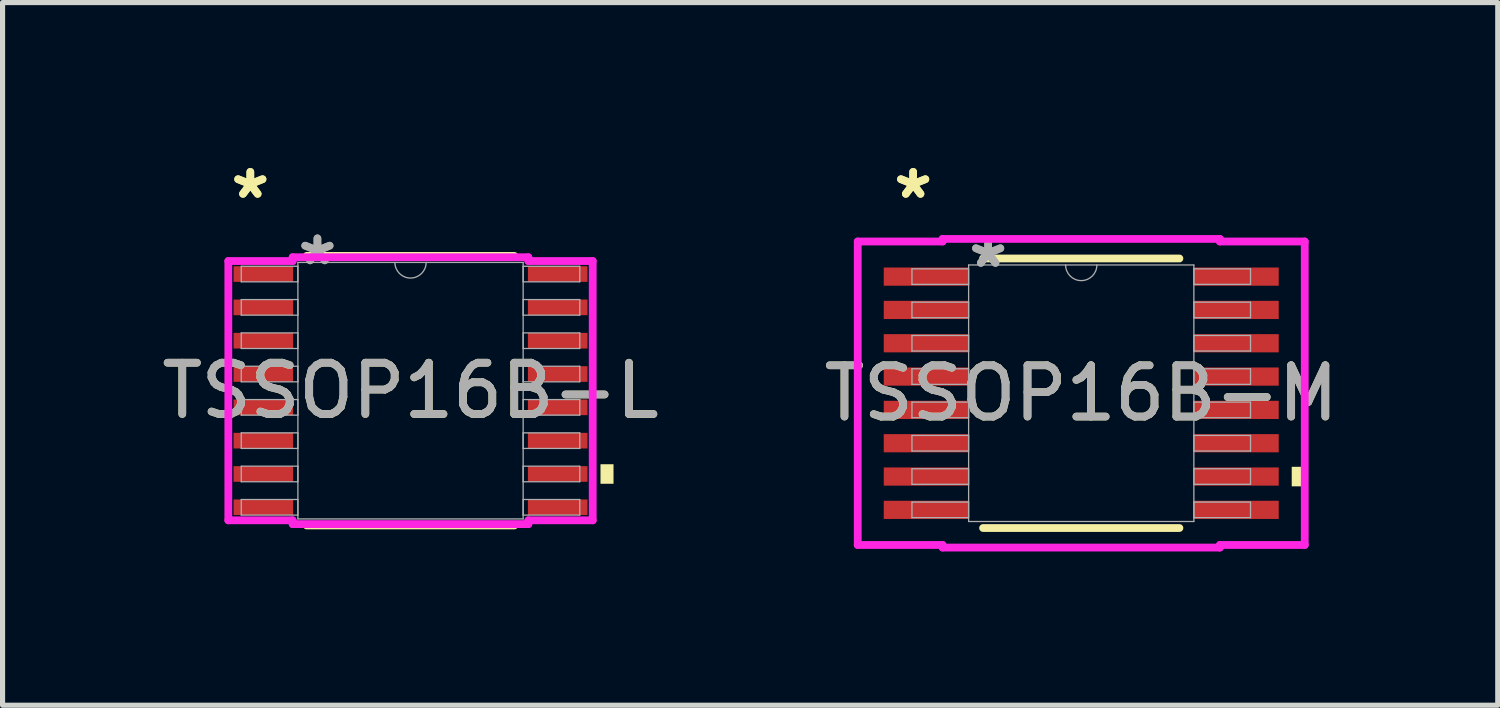
<source format=kicad_pcb>
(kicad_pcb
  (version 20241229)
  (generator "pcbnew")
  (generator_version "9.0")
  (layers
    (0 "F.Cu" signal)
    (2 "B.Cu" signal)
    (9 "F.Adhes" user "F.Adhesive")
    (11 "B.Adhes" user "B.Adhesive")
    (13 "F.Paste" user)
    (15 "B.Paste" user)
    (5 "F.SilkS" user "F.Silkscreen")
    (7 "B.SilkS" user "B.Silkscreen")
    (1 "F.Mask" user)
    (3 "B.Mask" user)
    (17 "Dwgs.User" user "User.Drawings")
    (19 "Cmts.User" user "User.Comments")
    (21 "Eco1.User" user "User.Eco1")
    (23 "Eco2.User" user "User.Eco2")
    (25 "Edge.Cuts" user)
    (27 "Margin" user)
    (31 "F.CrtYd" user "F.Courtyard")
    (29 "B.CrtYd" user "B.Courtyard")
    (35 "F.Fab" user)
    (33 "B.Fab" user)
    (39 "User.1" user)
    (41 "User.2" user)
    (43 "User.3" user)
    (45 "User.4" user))
  (footprint "TSSOP16B-M"
    (layer "F.Cu")
    (at 18.042 4.621)
    (property "Reference" "TSSOP16B-M" (at 0 0 0) (unlocked yes) (layer "F.SilkS") (effects (font (size 1 1) (thickness 0.15))))
    (attr smd)
    (fp_line (start -1.915 2.629) (end 1.915 2.629) (stroke (width 0.152) (type solid)) (layer "F.SilkS"))
    (fp_line (start 1.915 -2.629) (end -1.915 -2.629) (stroke (width 0.152) (type solid)) (layer "F.SilkS"))
    (fp_poly (pts (xy 4.36 1.435) (xy 4.36 1.816) (xy 4.106 1.816) (xy 4.106 1.435)) (stroke (width 0) (type solid)) (fill yes) (layer "F.SilkS"))
    (fp_line (start -4.36 -2.96) (end -2.705 -2.96) (stroke (width 0.152) (type solid)) (layer "F.CrtYd"))
    (fp_line (start -4.36 2.96) (end -4.36 -2.96) (stroke (width 0.152) (type solid)) (layer "F.CrtYd"))
    (fp_line (start -4.36 2.96) (end -2.705 2.96) (stroke (width 0.152) (type solid)) (layer "F.CrtYd"))
    (fp_line (start -2.705 -3.01) (end 2.705 -3.01) (stroke (width 0.152) (type solid)) (layer "F.CrtYd"))
    (fp_line (start -2.705 -2.96) (end -2.705 -3.01) (stroke (width 0.152) (type solid)) (layer "F.CrtYd"))
    (fp_line (start -2.705 3.01) (end -2.705 2.96) (stroke (width 0.152) (type solid)) (layer "F.CrtYd"))
    (fp_line (start 2.705 -3.01) (end 2.705 -2.96) (stroke (width 0.152) (type solid)) (layer "F.CrtYd"))
    (fp_line (start 2.705 2.96) (end 2.705 3.01) (stroke (width 0.152) (type solid)) (layer "F.CrtYd"))
    (fp_line (start 2.705 3.01) (end -2.705 3.01) (stroke (width 0.152) (type solid)) (layer "F.CrtYd"))
    (fp_line (start 4.36 -2.96) (end 2.705 -2.96) (stroke (width 0.152) (type solid)) (layer "F.CrtYd"))
    (fp_line (start 4.36 -2.96) (end 4.36 2.96) (stroke (width 0.152) (type solid)) (layer "F.CrtYd"))
    (fp_line (start 4.36 2.96) (end 2.705 2.96) (stroke (width 0.152) (type solid)) (layer "F.CrtYd"))
    (fp_line (start -3.302 -2.427) (end -3.302 -2.123) (stroke (width 0.025) (type solid)) (layer "F.Fab"))
    (fp_line (start -3.302 -2.123) (end -2.197 -2.123) (stroke (width 0.025) (type solid)) (layer "F.Fab"))
    (fp_line (start -3.302 -1.777) (end -3.302 -1.473) (stroke (width 0.025) (type solid)) (layer "F.Fab"))
    (fp_line (start -3.302 -1.473) (end -2.197 -1.473) (stroke (width 0.025) (type solid)) (layer "F.Fab"))
    (fp_line (start -3.302 -1.127) (end -3.302 -0.823) (stroke (width 0.025) (type solid)) (layer "F.Fab"))
    (fp_line (start -3.302 -0.823) (end -2.197 -0.823) (stroke (width 0.025) (type solid)) (layer "F.Fab"))
    (fp_line (start -3.302 -0.477) (end -3.302 -0.173) (stroke (width 0.025) (type solid)) (layer "F.Fab"))
    (fp_line (start -3.302 -0.173) (end -2.197 -0.173) (stroke (width 0.025) (type solid)) (layer "F.Fab"))
    (fp_line (start -3.302 0.173) (end -3.302 0.477) (stroke (width 0.025) (type solid)) (layer "F.Fab"))
    (fp_line (start -3.302 0.477) (end -2.197 0.477) (stroke (width 0.025) (type solid)) (layer "F.Fab"))
    (fp_line (start -3.302 0.823) (end -3.302 1.127) (stroke (width 0.025) (type solid)) (layer "F.Fab"))
    (fp_line (start -3.302 1.127) (end -2.197 1.127) (stroke (width 0.025) (type solid)) (layer "F.Fab"))
    (fp_line (start -3.302 1.473) (end -3.302 1.777) (stroke (width 0.025) (type solid)) (layer "F.Fab"))
    (fp_line (start -3.302 1.777) (end -2.197 1.777) (stroke (width 0.025) (type solid)) (layer "F.Fab"))
    (fp_line (start -3.302 2.123) (end -3.302 2.427) (stroke (width 0.025) (type solid)) (layer "F.Fab"))
    (fp_line (start -3.302 2.427) (end -2.197 2.427) (stroke (width 0.025) (type solid)) (layer "F.Fab"))
    (fp_line (start -2.197 -2.502) (end -2.197 2.502) (stroke (width 0.025) (type solid)) (layer "F.Fab"))
    (fp_line (start -2.197 -2.427) (end -3.302 -2.427) (stroke (width 0.025) (type solid)) (layer "F.Fab"))
    (fp_line (start -2.197 -2.123) (end -2.197 -2.427) (stroke (width 0.025) (type solid)) (layer "F.Fab"))
    (fp_line (start -2.197 -1.777) (end -3.302 -1.777) (stroke (width 0.025) (type solid)) (layer "F.Fab"))
    (fp_line (start -2.197 -1.473) (end -2.197 -1.777) (stroke (width 0.025) (type solid)) (layer "F.Fab"))
    (fp_line (start -2.197 -1.127) (end -3.302 -1.127) (stroke (width 0.025) (type solid)) (layer "F.Fab"))
    (fp_line (start -2.197 -0.823) (end -2.197 -1.127) (stroke (width 0.025) (type solid)) (layer "F.Fab"))
    (fp_line (start -2.197 -0.477) (end -3.302 -0.477) (stroke (width 0.025) (type solid)) (layer "F.Fab"))
    (fp_line (start -2.197 -0.173) (end -2.197 -0.477) (stroke (width 0.025) (type solid)) (layer "F.Fab"))
    (fp_line (start -2.197 0.173) (end -3.302 0.173) (stroke (width 0.025) (type solid)) (layer "F.Fab"))
    (fp_line (start -2.197 0.477) (end -2.197 0.173) (stroke (width 0.025) (type solid)) (layer "F.Fab"))
    (fp_line (start -2.197 0.823) (end -3.302 0.823) (stroke (width 0.025) (type solid)) (layer "F.Fab"))
    (fp_line (start -2.197 1.127) (end -2.197 0.823) (stroke (width 0.025) (type solid)) (layer "F.Fab"))
    (fp_line (start -2.197 1.473) (end -3.302 1.473) (stroke (width 0.025) (type solid)) (layer "F.Fab"))
    (fp_line (start -2.197 1.777) (end -2.197 1.473) (stroke (width 0.025) (type solid)) (layer "F.Fab"))
    (fp_line (start -2.197 2.123) (end -3.302 2.123) (stroke (width 0.025) (type solid)) (layer "F.Fab"))
    (fp_line (start -2.197 2.427) (end -2.197 2.123) (stroke (width 0.025) (type solid)) (layer "F.Fab"))
    (fp_line (start -2.197 2.502) (end 2.197 2.502) (stroke (width 0.025) (type solid)) (layer "F.Fab"))
    (fp_line (start 2.197 -2.502) (end -2.197 -2.502) (stroke (width 0.025) (type solid)) (layer "F.Fab"))
    (fp_line (start 2.197 -2.427) (end 2.197 -2.123) (stroke (width 0.025) (type solid)) (layer "F.Fab"))
    (fp_line (start 2.197 -2.123) (end 3.302 -2.123) (stroke (width 0.025) (type solid)) (layer "F.Fab"))
    (fp_line (start 2.197 -1.777) (end 2.197 -1.473) (stroke (width 0.025) (type solid)) (layer "F.Fab"))
    (fp_line (start 2.197 -1.473) (end 3.302 -1.473) (stroke (width 0.025) (type solid)) (layer "F.Fab"))
    (fp_line (start 2.197 -1.127) (end 2.197 -0.823) (stroke (width 0.025) (type solid)) (layer "F.Fab"))
    (fp_line (start 2.197 -0.823) (end 3.302 -0.823) (stroke (width 0.025) (type solid)) (layer "F.Fab"))
    (fp_line (start 2.197 -0.477) (end 2.197 -0.173) (stroke (width 0.025) (type solid)) (layer "F.Fab"))
    (fp_line (start 2.197 -0.173) (end 3.302 -0.173) (stroke (width 0.025) (type solid)) (layer "F.Fab"))
    (fp_line (start 2.197 0.173) (end 2.197 0.477) (stroke (width 0.025) (type solid)) (layer "F.Fab"))
    (fp_line (start 2.197 0.477) (end 3.302 0.477) (stroke (width 0.025) (type solid)) (layer "F.Fab"))
    (fp_line (start 2.197 0.823) (end 2.197 1.127) (stroke (width 0.025) (type solid)) (layer "F.Fab"))
    (fp_line (start 2.197 1.127) (end 3.302 1.127) (stroke (width 0.025) (type solid)) (layer "F.Fab"))
    (fp_line (start 2.197 1.473) (end 2.197 1.777) (stroke (width 0.025) (type solid)) (layer "F.Fab"))
    (fp_line (start 2.197 1.777) (end 3.302 1.777) (stroke (width 0.025) (type solid)) (layer "F.Fab"))
    (fp_line (start 2.197 2.123) (end 2.197 2.427) (stroke (width 0.025) (type solid)) (layer "F.Fab"))
    (fp_line (start 2.197 2.427) (end 3.302 2.427) (stroke (width 0.025) (type solid)) (layer "F.Fab"))
    (fp_line (start 2.197 2.502) (end 2.197 -2.502) (stroke (width 0.025) (type solid)) (layer "F.Fab"))
    (fp_line (start 3.302 -2.427) (end 2.197 -2.427) (stroke (width 0.025) (type solid)) (layer "F.Fab"))
    (fp_line (start 3.302 -2.123) (end 3.302 -2.427) (stroke (width 0.025) (type solid)) (layer "F.Fab"))
    (fp_line (start 3.302 -1.777) (end 2.197 -1.777) (stroke (width 0.025) (type solid)) (layer "F.Fab"))
    (fp_line (start 3.302 -1.473) (end 3.302 -1.777) (stroke (width 0.025) (type solid)) (layer "F.Fab"))
    (fp_line (start 3.302 -1.127) (end 2.197 -1.127) (stroke (width 0.025) (type solid)) (layer "F.Fab"))
    (fp_line (start 3.302 -0.823) (end 3.302 -1.127) (stroke (width 0.025) (type solid)) (layer "F.Fab"))
    (fp_line (start 3.302 -0.477) (end 2.197 -0.477) (stroke (width 0.025) (type solid)) (layer "F.Fab"))
    (fp_line (start 3.302 -0.173) (end 3.302 -0.477) (stroke (width 0.025) (type solid)) (layer "F.Fab"))
    (fp_line (start 3.302 0.173) (end 2.197 0.173) (stroke (width 0.025) (type solid)) (layer "F.Fab"))
    (fp_line (start 3.302 0.477) (end 3.302 0.173) (stroke (width 0.025) (type solid)) (layer "F.Fab"))
    (fp_line (start 3.302 0.823) (end 2.197 0.823) (stroke (width 0.025) (type solid)) (layer "F.Fab"))
    (fp_line (start 3.302 1.127) (end 3.302 0.823) (stroke (width 0.025) (type solid)) (layer "F.Fab"))
    (fp_line (start 3.302 1.473) (end 2.197 1.473) (stroke (width 0.025) (type solid)) (layer "F.Fab"))
    (fp_line (start 3.302 1.777) (end 3.302 1.473) (stroke (width 0.025) (type solid)) (layer "F.Fab"))
    (fp_line (start 3.302 2.123) (end 2.197 2.123) (stroke (width 0.025) (type solid)) (layer "F.Fab"))
    (fp_line (start 3.302 2.427) (end 3.302 2.123) (stroke (width 0.025) (type solid)) (layer "F.Fab"))
    (fp_arc (start 0.3048 -2.5019) (mid 0 -2.1971) (end -0.3048 -2.5019) (stroke (width 0.0254) (type solid)) (layer "F.Fab"))
    (fp_text user "*" (at -3.279 -3.773 0) (layer "F.SilkS") (effects (font (size 1 1) (thickness 0.15))))
    (fp_text user "*" (at -3.279 -3.773 0) (unlocked yes) (layer "F.SilkS") (effects (font (size 1 1) (thickness 0.15))))
    (fp_text user "${REFERENCE}" (at 0 0 0) (unlocked yes) (layer "F.Fab") (effects (font (size 1 1) (thickness 0.15))))
    (fp_text user "*" (at -1.816 -2.426 0) (layer "F.Fab") (effects (font (size 1 1) (thickness 0.15))))
    (fp_text user "*" (at -1.816 -2.426 0) (unlocked yes) (layer "F.Fab") (effects (font (size 1 1) (thickness 0.15))))
    (pad "1" smd rect (at -3.025 -2.275) (size 1.655 0.355) (layers "F.Cu" "F.Mask" "F.Paste"))
    (pad "2" smd rect (at -3.025 -1.625) (size 1.655 0.355) (layers "F.Cu" "F.Mask" "F.Paste"))
    (pad "3" smd rect (at -3.025 -0.975) (size 1.655 0.355) (layers "F.Cu" "F.Mask" "F.Paste"))
    (pad "4" smd rect (at -3.025 -0.325) (size 1.655 0.355) (layers "F.Cu" "F.Mask" "F.Paste"))
    (pad "5" smd rect (at -3.025 0.325) (size 1.655 0.355) (layers "F.Cu" "F.Mask" "F.Paste"))
    (pad "6" smd rect (at -3.025 0.975) (size 1.655 0.355) (layers "F.Cu" "F.Mask" "F.Paste"))
    (pad "7" smd rect (at -3.025 1.625) (size 1.655 0.355) (layers "F.Cu" "F.Mask" "F.Paste"))
    (pad "8" smd rect (at -3.025 2.275) (size 1.655 0.355) (layers "F.Cu" "F.Mask" "F.Paste"))
    (pad "9" smd rect (at 3.025 2.275) (size 1.655 0.355) (layers "F.Cu" "F.Mask" "F.Paste"))
    (pad "10" smd rect (at 3.025 1.625) (size 1.655 0.355) (layers "F.Cu" "F.Mask" "F.Paste"))
    (pad "11" smd rect (at 3.025 0.975) (size 1.655 0.355) (layers "F.Cu" "F.Mask" "F.Paste"))
    (pad "12" smd rect (at 3.025 0.325) (size 1.655 0.355) (layers "F.Cu" "F.Mask" "F.Paste"))
    (pad "13" smd rect (at 3.025 -0.325) (size 1.655 0.355) (layers "F.Cu" "F.Mask" "F.Paste"))
    (pad "14" smd rect (at 3.025 -0.975) (size 1.655 0.355) (layers "F.Cu" "F.Mask" "F.Paste"))
    (pad "15" smd rect (at 3.025 -1.625) (size 1.655 0.355) (layers "F.Cu" "F.Mask" "F.Paste"))
    (pad "16" smd rect (at 3.025 -2.275) (size 1.655 0.355) (layers "F.Cu" "F.Mask" "F.Paste")))
  (footprint "TSSOP16B-L"
    (layer "F.Cu")
    (at 4.958 4.571)
    (property "Reference" "TSSOP16B-L" (at 0 0 0) (unlocked yes) (layer "F.SilkS") (effects (font (size 1 1) (thickness 0.15))))
    (attr smd)
    (fp_line (start -2.025 2.629) (end 2.025 2.629) (stroke (width 0.152) (type solid)) (layer "F.SilkS"))
    (fp_line (start 2.025 -2.629) (end -2.025 -2.629) (stroke (width 0.152) (type solid)) (layer "F.SilkS"))
    (fp_poly (pts (xy 3.96 1.435) (xy 3.96 1.816) (xy 3.706 1.816) (xy 3.706 1.435)) (stroke (width 0) (type solid)) (fill yes) (layer "F.SilkS"))
    (fp_line (start -3.554 -2.529) (end -2.299 -2.529) (stroke (width 0.152) (type solid)) (layer "F.CrtYd"))
    (fp_line (start -3.554 2.529) (end -3.554 -2.529) (stroke (width 0.152) (type solid)) (layer "F.CrtYd"))
    (fp_line (start -3.554 2.529) (end -2.299 2.529) (stroke (width 0.152) (type solid)) (layer "F.CrtYd"))
    (fp_line (start -2.299 -2.603) (end 2.299 -2.603) (stroke (width 0.152) (type solid)) (layer "F.CrtYd"))
    (fp_line (start -2.299 -2.529) (end -2.299 -2.603) (stroke (width 0.152) (type solid)) (layer "F.CrtYd"))
    (fp_line (start -2.299 2.603) (end -2.299 2.529) (stroke (width 0.152) (type solid)) (layer "F.CrtYd"))
    (fp_line (start 2.299 -2.603) (end 2.299 -2.529) (stroke (width 0.152) (type solid)) (layer "F.CrtYd"))
    (fp_line (start 2.299 2.529) (end 2.299 2.603) (stroke (width 0.152) (type solid)) (layer "F.CrtYd"))
    (fp_line (start 2.299 2.603) (end -2.299 2.603) (stroke (width 0.152) (type solid)) (layer "F.CrtYd"))
    (fp_line (start 3.554 -2.529) (end 2.299 -2.529) (stroke (width 0.152) (type solid)) (layer "F.CrtYd"))
    (fp_line (start 3.554 -2.529) (end 3.554 2.529) (stroke (width 0.152) (type solid)) (layer "F.CrtYd"))
    (fp_line (start 3.554 2.529) (end 2.299 2.529) (stroke (width 0.152) (type solid)) (layer "F.CrtYd"))
    (fp_line (start -3.302 -2.427) (end -3.302 -2.123) (stroke (width 0.025) (type solid)) (layer "F.Fab"))
    (fp_line (start -3.302 -2.123) (end -2.197 -2.123) (stroke (width 0.025) (type solid)) (layer "F.Fab"))
    (fp_line (start -3.302 -1.777) (end -3.302 -1.473) (stroke (width 0.025) (type solid)) (layer "F.Fab"))
    (fp_line (start -3.302 -1.473) (end -2.197 -1.473) (stroke (width 0.025) (type solid)) (layer "F.Fab"))
    (fp_line (start -3.302 -1.127) (end -3.302 -0.823) (stroke (width 0.025) (type solid)) (layer "F.Fab"))
    (fp_line (start -3.302 -0.823) (end -2.197 -0.823) (stroke (width 0.025) (type solid)) (layer "F.Fab"))
    (fp_line (start -3.302 -0.477) (end -3.302 -0.173) (stroke (width 0.025) (type solid)) (layer "F.Fab"))
    (fp_line (start -3.302 -0.173) (end -2.197 -0.173) (stroke (width 0.025) (type solid)) (layer "F.Fab"))
    (fp_line (start -3.302 0.173) (end -3.302 0.477) (stroke (width 0.025) (type solid)) (layer "F.Fab"))
    (fp_line (start -3.302 0.477) (end -2.197 0.477) (stroke (width 0.025) (type solid)) (layer "F.Fab"))
    (fp_line (start -3.302 0.823) (end -3.302 1.127) (stroke (width 0.025) (type solid)) (layer "F.Fab"))
    (fp_line (start -3.302 1.127) (end -2.197 1.127) (stroke (width 0.025) (type solid)) (layer "F.Fab"))
    (fp_line (start -3.302 1.473) (end -3.302 1.777) (stroke (width 0.025) (type solid)) (layer "F.Fab"))
    (fp_line (start -3.302 1.777) (end -2.197 1.777) (stroke (width 0.025) (type solid)) (layer "F.Fab"))
    (fp_line (start -3.302 2.123) (end -3.302 2.427) (stroke (width 0.025) (type solid)) (layer "F.Fab"))
    (fp_line (start -3.302 2.427) (end -2.197 2.427) (stroke (width 0.025) (type solid)) (layer "F.Fab"))
    (fp_line (start -2.197 -2.502) (end -2.197 2.502) (stroke (width 0.025) (type solid)) (layer "F.Fab"))
    (fp_line (start -2.197 -2.427) (end -3.302 -2.427) (stroke (width 0.025) (type solid)) (layer "F.Fab"))
    (fp_line (start -2.197 -2.123) (end -2.197 -2.427) (stroke (width 0.025) (type solid)) (layer "F.Fab"))
    (fp_line (start -2.197 -1.777) (end -3.302 -1.777) (stroke (width 0.025) (type solid)) (layer "F.Fab"))
    (fp_line (start -2.197 -1.473) (end -2.197 -1.777) (stroke (width 0.025) (type solid)) (layer "F.Fab"))
    (fp_line (start -2.197 -1.127) (end -3.302 -1.127) (stroke (width 0.025) (type solid)) (layer "F.Fab"))
    (fp_line (start -2.197 -0.823) (end -2.197 -1.127) (stroke (width 0.025) (type solid)) (layer "F.Fab"))
    (fp_line (start -2.197 -0.477) (end -3.302 -0.477) (stroke (width 0.025) (type solid)) (layer "F.Fab"))
    (fp_line (start -2.197 -0.173) (end -2.197 -0.477) (stroke (width 0.025) (type solid)) (layer "F.Fab"))
    (fp_line (start -2.197 0.173) (end -3.302 0.173) (stroke (width 0.025) (type solid)) (layer "F.Fab"))
    (fp_line (start -2.197 0.477) (end -2.197 0.173) (stroke (width 0.025) (type solid)) (layer "F.Fab"))
    (fp_line (start -2.197 0.823) (end -3.302 0.823) (stroke (width 0.025) (type solid)) (layer "F.Fab"))
    (fp_line (start -2.197 1.127) (end -2.197 0.823) (stroke (width 0.025) (type solid)) (layer "F.Fab"))
    (fp_line (start -2.197 1.473) (end -3.302 1.473) (stroke (width 0.025) (type solid)) (layer "F.Fab"))
    (fp_line (start -2.197 1.777) (end -2.197 1.473) (stroke (width 0.025) (type solid)) (layer "F.Fab"))
    (fp_line (start -2.197 2.123) (end -3.302 2.123) (stroke (width 0.025) (type solid)) (layer "F.Fab"))
    (fp_line (start -2.197 2.427) (end -2.197 2.123) (stroke (width 0.025) (type solid)) (layer "F.Fab"))
    (fp_line (start -2.197 2.502) (end 2.197 2.502) (stroke (width 0.025) (type solid)) (layer "F.Fab"))
    (fp_line (start 2.197 -2.502) (end -2.197 -2.502) (stroke (width 0.025) (type solid)) (layer "F.Fab"))
    (fp_line (start 2.197 -2.427) (end 2.197 -2.123) (stroke (width 0.025) (type solid)) (layer "F.Fab"))
    (fp_line (start 2.197 -2.123) (end 3.302 -2.123) (stroke (width 0.025) (type solid)) (layer "F.Fab"))
    (fp_line (start 2.197 -1.777) (end 2.197 -1.473) (stroke (width 0.025) (type solid)) (layer "F.Fab"))
    (fp_line (start 2.197 -1.473) (end 3.302 -1.473) (stroke (width 0.025) (type solid)) (layer "F.Fab"))
    (fp_line (start 2.197 -1.127) (end 2.197 -0.823) (stroke (width 0.025) (type solid)) (layer "F.Fab"))
    (fp_line (start 2.197 -0.823) (end 3.302 -0.823) (stroke (width 0.025) (type solid)) (layer "F.Fab"))
    (fp_line (start 2.197 -0.477) (end 2.197 -0.173) (stroke (width 0.025) (type solid)) (layer "F.Fab"))
    (fp_line (start 2.197 -0.173) (end 3.302 -0.173) (stroke (width 0.025) (type solid)) (layer "F.Fab"))
    (fp_line (start 2.197 0.173) (end 2.197 0.477) (stroke (width 0.025) (type solid)) (layer "F.Fab"))
    (fp_line (start 2.197 0.477) (end 3.302 0.477) (stroke (width 0.025) (type solid)) (layer "F.Fab"))
    (fp_line (start 2.197 0.823) (end 2.197 1.127) (stroke (width 0.025) (type solid)) (layer "F.Fab"))
    (fp_line (start 2.197 1.127) (end 3.302 1.127) (stroke (width 0.025) (type solid)) (layer "F.Fab"))
    (fp_line (start 2.197 1.473) (end 2.197 1.777) (stroke (width 0.025) (type solid)) (layer "F.Fab"))
    (fp_line (start 2.197 1.777) (end 3.302 1.777) (stroke (width 0.025) (type solid)) (layer "F.Fab"))
    (fp_line (start 2.197 2.123) (end 2.197 2.427) (stroke (width 0.025) (type solid)) (layer "F.Fab"))
    (fp_line (start 2.197 2.427) (end 3.302 2.427) (stroke (width 0.025) (type solid)) (layer "F.Fab"))
    (fp_line (start 2.197 2.502) (end 2.197 -2.502) (stroke (width 0.025) (type solid)) (layer "F.Fab"))
    (fp_line (start 3.302 -2.427) (end 2.197 -2.427) (stroke (width 0.025) (type solid)) (layer "F.Fab"))
    (fp_line (start 3.302 -2.123) (end 3.302 -2.427) (stroke (width 0.025) (type solid)) (layer "F.Fab"))
    (fp_line (start 3.302 -1.777) (end 2.197 -1.777) (stroke (width 0.025) (type solid)) (layer "F.Fab"))
    (fp_line (start 3.302 -1.473) (end 3.302 -1.777) (stroke (width 0.025) (type solid)) (layer "F.Fab"))
    (fp_line (start 3.302 -1.127) (end 2.197 -1.127) (stroke (width 0.025) (type solid)) (layer "F.Fab"))
    (fp_line (start 3.302 -0.823) (end 3.302 -1.127) (stroke (width 0.025) (type solid)) (layer "F.Fab"))
    (fp_line (start 3.302 -0.477) (end 2.197 -0.477) (stroke (width 0.025) (type solid)) (layer "F.Fab"))
    (fp_line (start 3.302 -0.173) (end 3.302 -0.477) (stroke (width 0.025) (type solid)) (layer "F.Fab"))
    (fp_line (start 3.302 0.173) (end 2.197 0.173) (stroke (width 0.025) (type solid)) (layer "F.Fab"))
    (fp_line (start 3.302 0.477) (end 3.302 0.173) (stroke (width 0.025) (type solid)) (layer "F.Fab"))
    (fp_line (start 3.302 0.823) (end 2.197 0.823) (stroke (width 0.025) (type solid)) (layer "F.Fab"))
    (fp_line (start 3.302 1.127) (end 3.302 0.823) (stroke (width 0.025) (type solid)) (layer "F.Fab"))
    (fp_line (start 3.302 1.473) (end 2.197 1.473) (stroke (width 0.025) (type solid)) (layer "F.Fab"))
    (fp_line (start 3.302 1.777) (end 3.302 1.473) (stroke (width 0.025) (type solid)) (layer "F.Fab"))
    (fp_line (start 3.302 2.123) (end 2.197 2.123) (stroke (width 0.025) (type solid)) (layer "F.Fab"))
    (fp_line (start 3.302 2.427) (end 3.302 2.123) (stroke (width 0.025) (type solid)) (layer "F.Fab"))
    (fp_arc (start 0.3048 -2.5019) (mid 0 -2.1971) (end -0.3048 -2.5019) (stroke (width 0.0254) (type solid)) (layer "F.Fab"))
    (fp_text user "*" (at -3.125 -3.723 0) (layer "F.SilkS") (effects (font (size 1 1) (thickness 0.15))))
    (fp_text user "*" (at -3.125 -3.723 0) (unlocked yes) (layer "F.SilkS") (effects (font (size 1 1) (thickness 0.15))))
    (fp_text user "${REFERENCE}" (at 0 0 0) (unlocked yes) (layer "F.Fab") (effects (font (size 1 1) (thickness 0.15))))
    (fp_text user "*" (at -1.816 -2.426 0) (unlocked yes) (layer "F.Fab") (effects (font (size 1 1) (thickness 0.15))))
    (fp_text user "*" (at -1.816 -2.426 0) (layer "F.Fab") (effects (font (size 1 1) (thickness 0.15))))
    (pad "1" smd rect (at -2.871 -2.275) (size 1.162 0.305) (layers "F.Cu" "F.Mask" "F.Paste"))
    (pad "2" smd rect (at -2.871 -1.625) (size 1.162 0.305) (layers "F.Cu" "F.Mask" "F.Paste"))
    (pad "3" smd rect (at -2.871 -0.975) (size 1.162 0.305) (layers "F.Cu" "F.Mask" "F.Paste"))
    (pad "4" smd rect (at -2.871 -0.325) (size 1.162 0.305) (layers "F.Cu" "F.Mask" "F.Paste"))
    (pad "5" smd rect (at -2.871 0.325) (size 1.162 0.305) (layers "F.Cu" "F.Mask" "F.Paste"))
    (pad "6" smd rect (at -2.871 0.975) (size 1.162 0.305) (layers "F.Cu" "F.Mask" "F.Paste"))
    (pad "7" smd rect (at -2.871 1.625) (size 1.162 0.305) (layers "F.Cu" "F.Mask" "F.Paste"))
    (pad "8" smd rect (at -2.871 2.275) (size 1.162 0.305) (layers "F.Cu" "F.Mask" "F.Paste"))
    (pad "9" smd rect (at 2.871 2.275) (size 1.162 0.305) (layers "F.Cu" "F.Mask" "F.Paste"))
    (pad "10" smd rect (at 2.871 1.625) (size 1.162 0.305) (layers "F.Cu" "F.Mask" "F.Paste"))
    (pad "11" smd rect (at 2.871 0.975) (size 1.162 0.305) (layers "F.Cu" "F.Mask" "F.Paste"))
    (pad "12" smd rect (at 2.871 0.325) (size 1.162 0.305) (layers "F.Cu" "F.Mask" "F.Paste"))
    (pad "13" smd rect (at 2.871 -0.325) (size 1.162 0.305) (layers "F.Cu" "F.Mask" "F.Paste"))
    (pad "14" smd rect (at 2.871 -0.975) (size 1.162 0.305) (layers "F.Cu" "F.Mask" "F.Paste"))
    (pad "15" smd rect (at 2.871 -1.625) (size 1.162 0.305) (layers "F.Cu" "F.Mask" "F.Paste"))
    (pad "16" smd rect (at 2.871 -2.275) (size 1.162 0.305) (layers "F.Cu" "F.Mask" "F.Paste")))
  (gr_rect
    (start -3 -3)
    (end 26.167 10.707)
    (stroke (width 0.1) (type default))
    (fill no)
    (layer "Edge.Cuts")))
</source>
